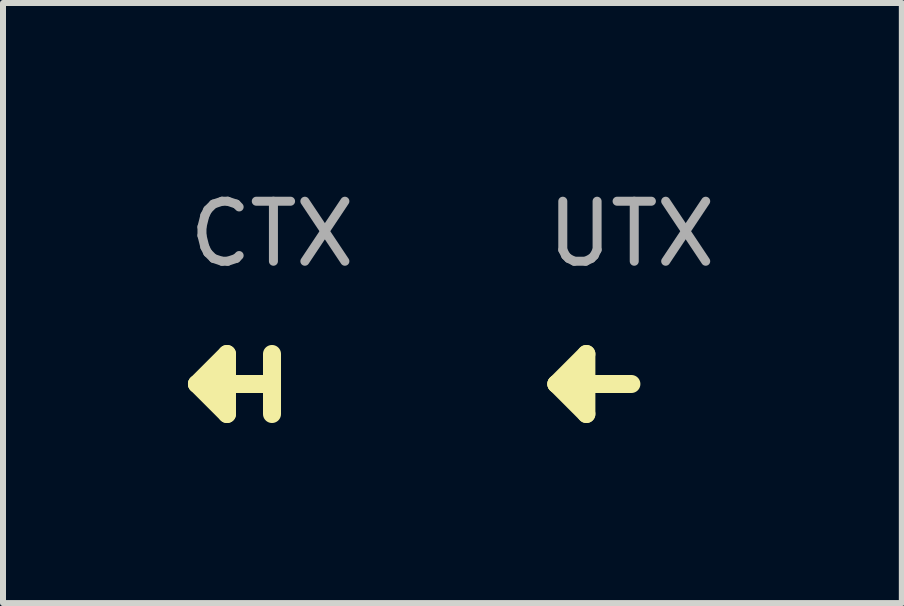
<source format=kicad_pcb>
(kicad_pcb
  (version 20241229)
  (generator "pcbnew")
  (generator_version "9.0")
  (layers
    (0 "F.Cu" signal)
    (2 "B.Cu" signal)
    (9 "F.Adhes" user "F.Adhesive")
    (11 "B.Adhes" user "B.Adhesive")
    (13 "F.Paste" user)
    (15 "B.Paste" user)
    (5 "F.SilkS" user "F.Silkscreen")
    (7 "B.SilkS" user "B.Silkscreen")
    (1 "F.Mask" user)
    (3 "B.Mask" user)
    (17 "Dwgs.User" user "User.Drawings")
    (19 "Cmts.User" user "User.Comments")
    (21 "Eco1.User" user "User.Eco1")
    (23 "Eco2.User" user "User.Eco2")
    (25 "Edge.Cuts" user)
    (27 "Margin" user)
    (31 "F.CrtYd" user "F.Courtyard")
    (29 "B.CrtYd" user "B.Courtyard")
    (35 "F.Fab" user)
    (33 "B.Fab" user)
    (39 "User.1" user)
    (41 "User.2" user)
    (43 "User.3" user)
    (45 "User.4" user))
  (footprint "CTX"
    (layer "F.Cu")
    (at 1.482 3.348)
    (property "Reference" "CTX" (at 0 -2.5 0) (layer "F.Fab") (effects (font (size 1 1) (thickness 0.15))))
    (attr through_hole)
    (fp_line (start -1.25 0) (end -0.75 0.5) (stroke (width 0.3) (type solid)) (layer "F.SilkS"))
    (fp_line (start -1.25 0) (end 0 0) (stroke (width 0.3) (type solid)) (layer "F.SilkS"))
    (fp_line (start -0.75 -0.5) (end -1.25 0) (stroke (width 0.3) (type solid)) (layer "F.SilkS"))
    (fp_line (start -0.75 0.5) (end -0.75 -0.5) (stroke (width 0.3) (type solid)) (layer "F.SilkS"))
    (fp_line (start 0 0.5) (end 0 -0.5) (stroke (width 0.3) (type solid)) (layer "F.SilkS")))
  (footprint "UTX"
    (layer "F.Cu")
    (at 7.47 3.348)
    (property "Reference" "UTX" (at 0 -2.5 0) (layer "F.Fab") (effects (font (size 1 1) (thickness 0.15))))
    (attr through_hole)
    (fp_line (start -1.25 0) (end -0.75 0.5) (stroke (width 0.3) (type solid)) (layer "F.SilkS"))
    (fp_line (start -1.25 0) (end 0 0) (stroke (width 0.3) (type solid)) (layer "F.SilkS"))
    (fp_line (start -0.75 -0.5) (end -1.25 0) (stroke (width 0.3) (type solid)) (layer "F.SilkS"))
    (fp_line (start -0.75 0.5) (end -0.75 -0.5) (stroke (width 0.3) (type solid)) (layer "F.SilkS")))
  (gr_rect
    (start -3 -3)
    (end 11.976 6.998)
    (stroke (width 0.1) (type default))
    (fill no)
    (layer "Edge.Cuts")))
</source>
